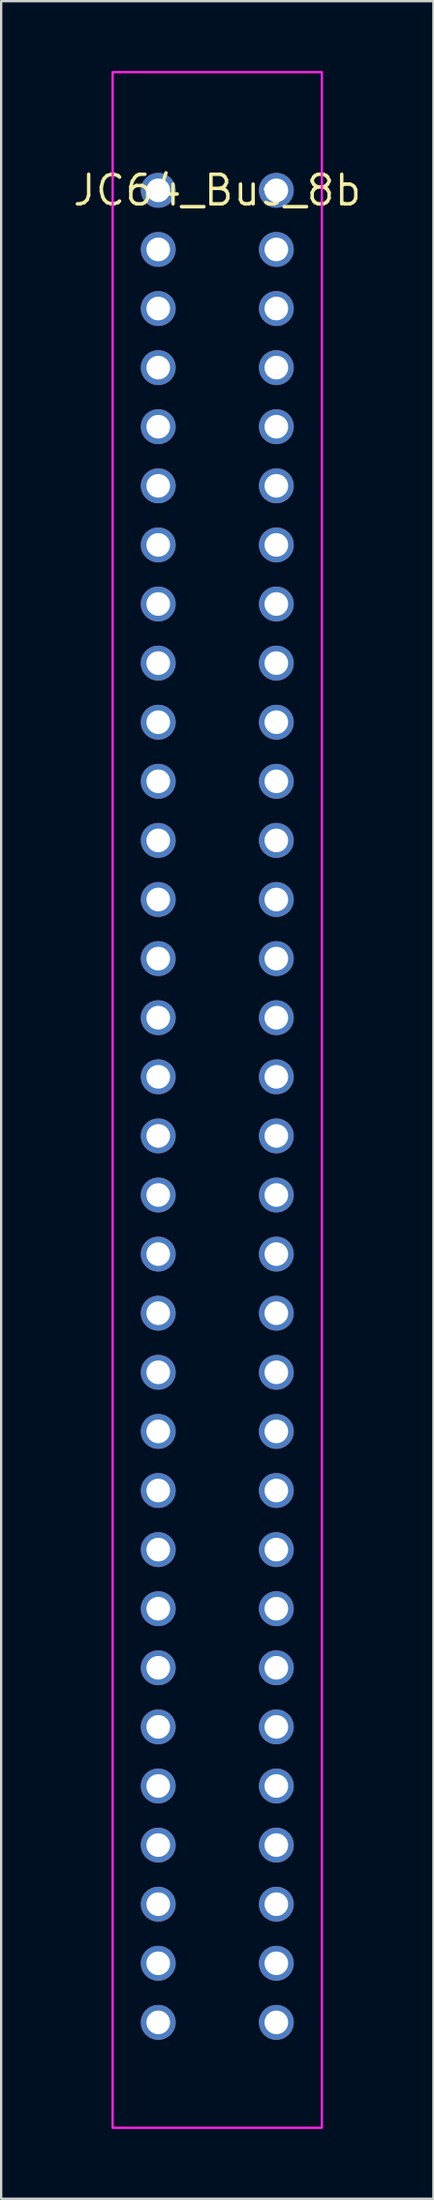
<source format=kicad_pcb>
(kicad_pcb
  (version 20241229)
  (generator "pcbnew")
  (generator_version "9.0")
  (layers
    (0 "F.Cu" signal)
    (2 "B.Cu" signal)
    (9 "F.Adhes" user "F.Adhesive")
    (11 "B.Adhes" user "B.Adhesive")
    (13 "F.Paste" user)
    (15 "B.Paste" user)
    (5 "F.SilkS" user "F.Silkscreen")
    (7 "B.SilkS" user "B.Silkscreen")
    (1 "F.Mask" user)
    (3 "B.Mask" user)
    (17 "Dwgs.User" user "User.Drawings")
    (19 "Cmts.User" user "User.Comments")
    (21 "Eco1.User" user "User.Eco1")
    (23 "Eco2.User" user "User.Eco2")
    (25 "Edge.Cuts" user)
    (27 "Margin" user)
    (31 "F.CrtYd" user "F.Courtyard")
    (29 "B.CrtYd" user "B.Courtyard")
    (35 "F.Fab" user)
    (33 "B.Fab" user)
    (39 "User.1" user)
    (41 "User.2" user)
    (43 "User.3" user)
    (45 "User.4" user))
  (footprint "JC64_Bus_8b"
    (layer "F.Cu")
    (at 6.297 5.13)
    (property "Reference" "JC64_Bus_8b" (at 0 0 0) (layer "F.SilkS") (effects (font (size 1.27 1.27) (thickness 0.15))))
    (fp_rect (start -4.5 -5.08) (end 4.5 83.27) (stroke (width 0.1) (type solid)) (fill no) (layer "F.CrtYd"))
    (pad "a1" thru_hole circle (at 2.54 0) (size 1.5 1.5) (drill 1.016) (layers "*.Cu" "*.Mask"))
    (pad "a2" thru_hole circle (at 2.54 2.54) (size 1.5 1.5) (drill 1.016) (layers "*.Cu" "*.Mask"))
    (pad "a3" thru_hole circle (at 2.54 5.08) (size 1.5 1.5) (drill 1.016) (layers "*.Cu" "*.Mask"))
    (pad "a4" thru_hole circle (at 2.54 7.62) (size 1.5 1.5) (drill 1.016) (layers "*.Cu" "*.Mask"))
    (pad "a5" thru_hole circle (at 2.54 10.16) (size 1.5 1.5) (drill 1.016) (layers "*.Cu" "*.Mask"))
    (pad "a6" thru_hole circle (at 2.54 12.7) (size 1.5 1.5) (drill 1.016) (layers "*.Cu" "*.Mask"))
    (pad "a7" thru_hole circle (at 2.54 15.24) (size 1.5 1.5) (drill 1.016) (layers "*.Cu" "*.Mask"))
    (pad "a8" thru_hole circle (at 2.54 17.78) (size 1.5 1.5) (drill 1.016) (layers "*.Cu" "*.Mask"))
    (pad "a9" thru_hole circle (at 2.54 20.32) (size 1.5 1.5) (drill 1.016) (layers "*.Cu" "*.Mask"))
    (pad "a10" thru_hole circle (at 2.54 22.86) (size 1.5 1.5) (drill 1.016) (layers "*.Cu" "*.Mask"))
    (pad "a11" thru_hole circle (at 2.54 25.4) (size 1.5 1.5) (drill 1.016) (layers "*.Cu" "*.Mask"))
    (pad "a12" thru_hole circle (at 2.54 27.94) (size 1.5 1.5) (drill 1.016) (layers "*.Cu" "*.Mask"))
    (pad "a13" thru_hole circle (at 2.54 30.48) (size 1.5 1.5) (drill 1.016) (layers "*.Cu" "*.Mask"))
    (pad "a14" thru_hole circle (at 2.54 33.02) (size 1.5 1.5) (drill 1.016) (layers "*.Cu" "*.Mask"))
    (pad "a15" thru_hole circle (at 2.54 35.56) (size 1.5 1.5) (drill 1.016) (layers "*.Cu" "*.Mask"))
    (pad "a16" thru_hole circle (at 2.54 38.1) (size 1.5 1.5) (drill 1.016) (layers "*.Cu" "*.Mask"))
    (pad "a17" thru_hole circle (at 2.54 40.64) (size 1.5 1.5) (drill 1.016) (layers "*.Cu" "*.Mask"))
    (pad "a18" thru_hole circle (at 2.54 43.18) (size 1.5 1.5) (drill 1.016) (layers "*.Cu" "*.Mask"))
    (pad "a19" thru_hole circle (at 2.54 45.72) (size 1.5 1.5) (drill 1.016) (layers "*.Cu" "*.Mask"))
    (pad "a20" thru_hole circle (at 2.54 48.26) (size 1.5 1.5) (drill 1.016) (layers "*.Cu" "*.Mask"))
    (pad "a21" thru_hole circle (at 2.54 50.8) (size 1.5 1.5) (drill 1.016) (layers "*.Cu" "*.Mask"))
    (pad "a22" thru_hole circle (at 2.54 53.34) (size 1.5 1.5) (drill 1.016) (layers "*.Cu" "*.Mask"))
    (pad "a23" thru_hole circle (at 2.54 55.88) (size 1.5 1.5) (drill 1.016) (layers "*.Cu" "*.Mask"))
    (pad "a24" thru_hole circle (at 2.54 58.42) (size 1.5 1.5) (drill 1.016) (layers "*.Cu" "*.Mask"))
    (pad "a25" thru_hole circle (at 2.54 60.96) (size 1.5 1.5) (drill 1.016) (layers "*.Cu" "*.Mask"))
    (pad "a26" thru_hole circle (at 2.54 63.5) (size 1.5 1.5) (drill 1.016) (layers "*.Cu" "*.Mask"))
    (pad "a27" thru_hole circle (at 2.54 66.04) (size 1.5 1.5) (drill 1.016) (layers "*.Cu" "*.Mask"))
    (pad "a28" thru_hole circle (at 2.54 68.58) (size 1.5 1.5) (drill 1.016) (layers "*.Cu" "*.Mask"))
    (pad "a29" thru_hole circle (at 2.54 71.12) (size 1.5 1.5) (drill 1.016) (layers "*.Cu" "*.Mask"))
    (pad "a30" thru_hole circle (at 2.54 73.66) (size 1.5 1.5) (drill 1.016) (layers "*.Cu" "*.Mask"))
    (pad "a31" thru_hole circle (at 2.54 76.2) (size 1.5 1.5) (drill 1.016) (layers "*.Cu" "*.Mask"))
    (pad "a32" thru_hole circle (at 2.54 78.74) (size 1.5 1.5) (drill 1.016) (layers "*.Cu" "*.Mask"))
    (pad "b1" thru_hole circle (at -2.54 0) (size 1.5 1.5) (drill 1.016) (layers "*.Cu" "*.Mask"))
    (pad "b2" thru_hole circle (at -2.54 2.54) (size 1.5 1.5) (drill 1.016) (layers "*.Cu" "*.Mask"))
    (pad "b3" thru_hole circle (at -2.54 5.08) (size 1.5 1.5) (drill 1.016) (layers "*.Cu" "*.Mask"))
    (pad "b4" thru_hole circle (at -2.54 7.62) (size 1.5 1.5) (drill 1.016) (layers "*.Cu" "*.Mask"))
    (pad "b5" thru_hole circle (at -2.54 10.16) (size 1.5 1.5) (drill 1.016) (layers "*.Cu" "*.Mask"))
    (pad "b6" thru_hole circle (at -2.54 12.7) (size 1.5 1.5) (drill 1.016) (layers "*.Cu" "*.Mask"))
    (pad "b7" thru_hole circle (at -2.54 15.24) (size 1.5 1.5) (drill 1.016) (layers "*.Cu" "*.Mask"))
    (pad "b8" thru_hole circle (at -2.54 17.78) (size 1.5 1.5) (drill 1.016) (layers "*.Cu" "*.Mask"))
    (pad "b9" thru_hole circle (at -2.54 20.32) (size 1.5 1.5) (drill 1.016) (layers "*.Cu" "*.Mask"))
    (pad "b10" thru_hole circle (at -2.54 22.86) (size 1.5 1.5) (drill 1.016) (layers "*.Cu" "*.Mask"))
    (pad "b11" thru_hole circle (at -2.54 25.4) (size 1.5 1.5) (drill 1.016) (layers "*.Cu" "*.Mask"))
    (pad "b12" thru_hole circle (at -2.54 27.94) (size 1.5 1.5) (drill 1.016) (layers "*.Cu" "*.Mask"))
    (pad "b13" thru_hole circle (at -2.54 30.48) (size 1.5 1.5) (drill 1.016) (layers "*.Cu" "*.Mask"))
    (pad "b14" thru_hole circle (at -2.54 33.02) (size 1.5 1.5) (drill 1.016) (layers "*.Cu" "*.Mask"))
    (pad "b15" thru_hole circle (at -2.54 35.56) (size 1.5 1.5) (drill 1.016) (layers "*.Cu" "*.Mask"))
    (pad "b16" thru_hole circle (at -2.54 38.1) (size 1.5 1.5) (drill 1.016) (layers "*.Cu" "*.Mask"))
    (pad "b17" thru_hole circle (at -2.54 40.64) (size 1.5 1.5) (drill 1.016) (layers "*.Cu" "*.Mask"))
    (pad "b18" thru_hole circle (at -2.54 43.18) (size 1.5 1.5) (drill 1.016) (layers "*.Cu" "*.Mask"))
    (pad "b19" thru_hole circle (at -2.54 45.72) (size 1.5 1.5) (drill 1.016) (layers "*.Cu" "*.Mask"))
    (pad "b20" thru_hole circle (at -2.54 48.26) (size 1.5 1.5) (drill 1.016) (layers "*.Cu" "*.Mask"))
    (pad "b21" thru_hole circle (at -2.54 50.8) (size 1.5 1.5) (drill 1.016) (layers "*.Cu" "*.Mask"))
    (pad "b22" thru_hole circle (at -2.54 53.34) (size 1.5 1.5) (drill 1.016) (layers "*.Cu" "*.Mask"))
    (pad "b23" thru_hole circle (at -2.54 55.88) (size 1.5 1.5) (drill 1.016) (layers "*.Cu" "*.Mask"))
    (pad "b24" thru_hole circle (at -2.54 58.42) (size 1.5 1.5) (drill 1.016) (layers "*.Cu" "*.Mask"))
    (pad "b25" thru_hole circle (at -2.54 60.96) (size 1.5 1.5) (drill 1.016) (layers "*.Cu" "*.Mask"))
    (pad "b26" thru_hole circle (at -2.54 63.5) (size 1.5 1.5) (drill 1.016) (layers "*.Cu" "*.Mask"))
    (pad "b27" thru_hole circle (at -2.54 66.04) (size 1.5 1.5) (drill 1.016) (layers "*.Cu" "*.Mask"))
    (pad "b28" thru_hole circle (at -2.54 68.58) (size 1.5 1.5) (drill 1.016) (layers "*.Cu" "*.Mask"))
    (pad "b29" thru_hole circle (at -2.54 71.12) (size 1.5 1.5) (drill 1.016) (layers "*.Cu" "*.Mask"))
    (pad "b30" thru_hole circle (at -2.54 73.66) (size 1.5 1.5) (drill 1.016) (layers "*.Cu" "*.Mask"))
    (pad "b31" thru_hole circle (at -2.54 76.2) (size 1.5 1.5) (drill 1.016) (layers "*.Cu" "*.Mask"))
    (pad "b32" thru_hole circle (at -2.54 78.74) (size 1.5 1.5) (drill 1.016) (layers "*.Cu" "*.Mask")))
  (gr_rect
    (start -3 -3)
    (end 15.594 91.45)
    (stroke (width 0.1) (type default))
    (fill no)
    (layer "Edge.Cuts")))
</source>
